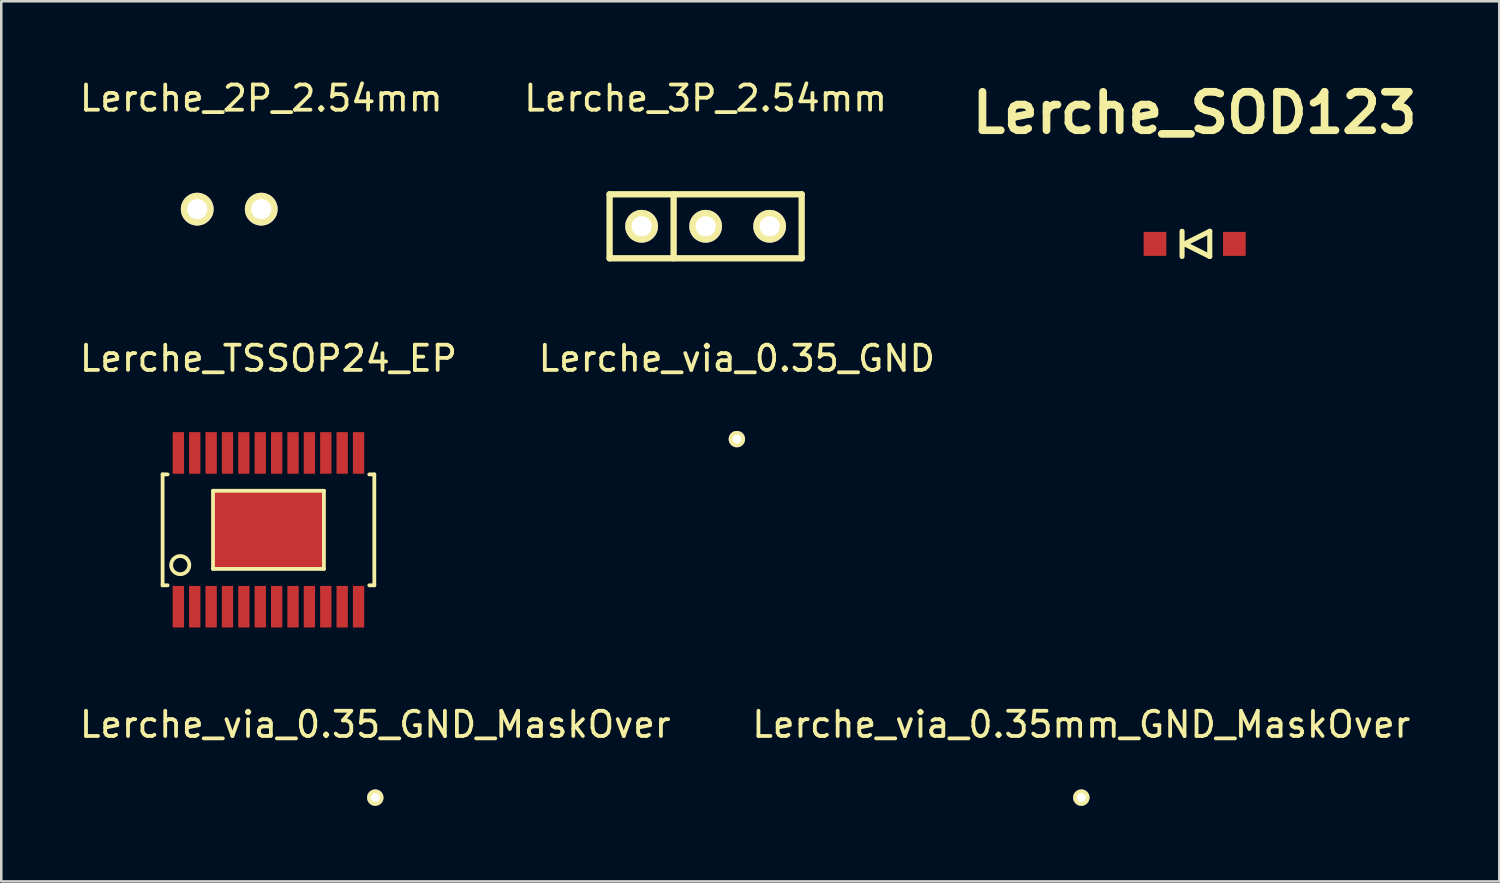
<source format=kicad_pcb>
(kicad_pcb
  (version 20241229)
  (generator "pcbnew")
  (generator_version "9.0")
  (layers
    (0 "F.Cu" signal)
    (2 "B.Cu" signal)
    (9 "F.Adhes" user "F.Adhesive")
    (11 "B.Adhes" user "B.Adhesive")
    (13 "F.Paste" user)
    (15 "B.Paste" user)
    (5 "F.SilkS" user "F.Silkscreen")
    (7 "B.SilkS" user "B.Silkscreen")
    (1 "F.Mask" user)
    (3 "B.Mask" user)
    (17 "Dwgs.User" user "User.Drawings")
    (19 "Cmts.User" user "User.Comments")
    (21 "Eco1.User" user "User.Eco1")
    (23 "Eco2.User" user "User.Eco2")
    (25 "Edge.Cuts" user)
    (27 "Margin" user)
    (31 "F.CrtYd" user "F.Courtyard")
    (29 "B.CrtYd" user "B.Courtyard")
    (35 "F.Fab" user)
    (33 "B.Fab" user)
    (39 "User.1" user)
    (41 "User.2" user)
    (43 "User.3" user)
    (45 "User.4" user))
  (footprint "Lerche_via_0.35_GND"
    (layer "F.Cu")
    (at 26.185 14.371)
    (property "Reference" "Lerche_via_0.35_GND" (at 0 -3.2 0) (layer "F.SilkS") (effects (font (size 1 1) (thickness 0.15))))
    (attr through_hole)
    (pad "" thru_hole circle (at 0 0) (size 0.65 0.65) (drill 0.35) (layers "*.Cu" "*.Mask" "F.SilkS")))
  (footprint "Lerche_2P_2.54mm"
    (layer "F.Cu")
    (at 7.315 5.248)
    (property "Reference" "Lerche_2P_2.54mm" (at 0 -4.4 0) (layer "F.SilkS") (effects (font (size 1 1) (thickness 0.15))))
    (attr through_hole)
    (pad "1" thru_hole circle (at -2.54 0) (size 1.3 1.3) (drill 0.8) (layers "*.Cu" "*.Mask" "F.SilkS"))
    (pad "2" thru_hole circle (at 0 0) (size 1.3 1.3) (drill 0.8) (layers "*.Cu" "*.Mask" "F.SilkS")))
  (footprint "Lerche_3P_2.54mm"
    (layer "F.Cu")
    (at 24.946 5.928)
    (property "Reference" "Lerche_3P_2.54mm" (at 0 -5.08 0) (layer "F.SilkS") (effects (font (size 1 1) (thickness 0.15))))
    (attr through_hole)
    (fp_line (start -3.81 -1.27) (end 3.81 -1.27) (stroke (width 0.25) (type solid)) (layer "F.SilkS"))
    (fp_line (start -3.81 1.27) (end -3.81 -1.27) (stroke (width 0.25) (type solid)) (layer "F.SilkS"))
    (fp_line (start -1.27 -1.27) (end -1.27 1.27) (stroke (width 0.25) (type solid)) (layer "F.SilkS"))
    (fp_line (start 3.81 -1.27) (end 3.81 1.27) (stroke (width 0.25) (type solid)) (layer "F.SilkS"))
    (fp_line (start 3.81 1.27) (end -3.81 1.27) (stroke (width 0.25) (type solid)) (layer "F.SilkS"))
    (pad "1" thru_hole circle (at -2.54 0) (size 1.3 1.3) (drill 0.8) (layers "*.Cu" "*.Mask" "F.SilkS"))
    (pad "2" thru_hole circle (at 0 0) (size 1.3 1.3) (drill 0.8) (layers "*.Cu" "*.Mask" "F.SilkS"))
    (pad "3" thru_hole circle (at 2.54 0) (size 1.3 1.3) (drill 0.8) (layers "*.Cu" "*.Mask" "F.SilkS")))
  (footprint "Lerche_SOD123"
    (layer "F.Cu")
    (at 44.348 6.626)
    (property "Reference" "Lerche_SOD123" (at 0 -5.199 0) (layer "F.SilkS") (effects (font (size 1.524 1.524) (thickness 0.305))))
    (attr through_hole)
    (fp_line (start -0.5 -0.5) (end -0.5 0.5) (stroke (width 0.201) (type solid)) (layer "F.SilkS"))
    (fp_line (start -0.401 0) (end 0.599 -0.5) (stroke (width 0.201) (type solid)) (layer "F.SilkS"))
    (fp_line (start 0.599 -0.5) (end 0.599 0.5) (stroke (width 0.201) (type solid)) (layer "F.SilkS"))
    (fp_line (start 0.599 0.5) (end -0.401 0) (stroke (width 0.201) (type solid)) (layer "F.SilkS"))
    (pad "1" smd rect (at 1.575 0) (size 0.899 0.95) (layers "F.Cu" "F.Mask" "F.Paste"))
    (pad "2" smd rect (at -1.575 0) (size 0.899 0.95) (layers "F.Cu" "F.Mask" "F.Paste")))
  (footprint "Lerche_via_0.35_GND_MaskOver"
    (layer "F.Cu")
    (at 11.839 28.595)
    (property "Reference" "Lerche_via_0.35_GND_MaskOver" (at 0 -2.9 0) (layer "F.SilkS") (effects (font (size 1 1) (thickness 0.15))))
    (attr through_hole)
    (pad "" thru_hole circle (at 0 0) (size 0.65 0.65) (drill 0.35) (layers "*.Cu" "*.Mask" "F.SilkS")))
  (footprint "Lerche_via_0.35mm_GND_MaskOver"
    (layer "F.Cu")
    (at 39.851 28.595)
    (property "Reference" "Lerche_via_0.35mm_GND_MaskOver" (at 0 -2.9 0) (layer "F.SilkS") (effects (font (size 1 1) (thickness 0.15))))
    (attr smd)
    (pad "" thru_hole circle (at 0 0) (size 0.65 0.65) (drill 0.35) (layers "*.Cu" "*.Mask" "F.SilkS")))
  (footprint "Lerche_TSSOP24_EP"
    (layer "F.Cu")
    (at 7.601 17.971)
    (property "Reference" "Lerche_TSSOP24_EP" (at 0 -6.8 0) (layer "F.SilkS") (effects (font (size 1 1) (thickness 0.15))))
    (attr through_hole)
    (fp_line (start -4.2 -2.2) (end -4.2 2.2) (stroke (width 0.15) (type solid)) (layer "F.SilkS"))
    (fp_line (start -4.2 2.2) (end -4 2.2) (stroke (width 0.15) (type solid)) (layer "F.SilkS"))
    (fp_line (start -4 -2.2) (end -4.2 -2.2) (stroke (width 0.15) (type solid)) (layer "F.SilkS"))
    (fp_line (start -2.2 -1.55) (end 2.2 -1.55) (stroke (width 0.15) (type solid)) (layer "F.SilkS"))
    (fp_line (start -2.2 1.55) (end -2.2 -1.55) (stroke (width 0.15) (type solid)) (layer "F.SilkS"))
    (fp_line (start 2.2 -1.55) (end 2.2 1.55) (stroke (width 0.15) (type solid)) (layer "F.SilkS"))
    (fp_line (start 2.2 1.55) (end -2.2 1.55) (stroke (width 0.15) (type solid)) (layer "F.SilkS"))
    (fp_line (start 4.2 -2.2) (end 4 -2.2) (stroke (width 0.15) (type solid)) (layer "F.SilkS"))
    (fp_line (start 4.2 -2.2) (end 4.2 2.2) (stroke (width 0.15) (type solid)) (layer "F.SilkS"))
    (fp_line (start 4.2 2.2) (end 4 2.2) (stroke (width 0.15) (type solid)) (layer "F.SilkS"))
    (fp_circle (center -3.5 1.4) (end -3.2 1.6) (stroke (width 0.15) (type solid)) (fill no) (layer "F.SilkS"))
    (pad "1" smd rect (at -3.575 3.05) (size 0.45 1.65) (layers "F.Cu" "F.Mask" "F.Paste"))
    (pad "2" smd rect (at -2.925 3.05) (size 0.45 1.65) (layers "F.Cu" "F.Mask" "F.Paste"))
    (pad "3" smd rect (at -2.275 3.05) (size 0.45 1.65) (layers "F.Cu" "F.Mask" "F.Paste"))
    (pad "4" smd rect (at -1.625 3.05) (size 0.45 1.65) (layers "F.Cu" "F.Mask" "F.Paste"))
    (pad "5" smd rect (at -0.975 3.05) (size 0.45 1.65) (layers "F.Cu" "F.Mask" "F.Paste"))
    (pad "6" smd rect (at -0.325 3.05) (size 0.45 1.65) (layers "F.Cu" "F.Mask" "F.Paste"))
    (pad "7" smd rect (at 0.325 3.05) (size 0.45 1.65) (layers "F.Cu" "F.Mask" "F.Paste"))
    (pad "8" smd rect (at 0.975 3.05) (size 0.45 1.65) (layers "F.Cu" "F.Mask" "F.Paste"))
    (pad "9" smd rect (at 1.625 3.05) (size 0.45 1.65) (layers "F.Cu" "F.Mask" "F.Paste"))
    (pad "10" smd rect (at 2.275 3.05) (size 0.45 1.65) (layers "F.Cu" "F.Mask" "F.Paste"))
    (pad "11" smd rect (at 2.925 3.05) (size 0.45 1.65) (layers "F.Cu" "F.Mask" "F.Paste"))
    (pad "12" smd rect (at 3.575 3.05) (size 0.45 1.65) (layers "F.Cu" "F.Mask" "F.Paste"))
    (pad "13" smd rect (at 3.575 -3.05) (size 0.45 1.65) (layers "F.Cu" "F.Mask" "F.Paste"))
    (pad "14" smd rect (at 2.925 -3.05) (size 0.45 1.65) (layers "F.Cu" "F.Mask" "F.Paste"))
    (pad "15" smd rect (at 2.275 -3.05) (size 0.45 1.65) (layers "F.Cu" "F.Mask" "F.Paste"))
    (pad "16" smd rect (at 1.625 -3.05) (size 0.45 1.65) (layers "F.Cu" "F.Mask" "F.Paste"))
    (pad "17" smd rect (at 0.975 -3.05) (size 0.45 1.65) (layers "F.Cu" "F.Mask" "F.Paste"))
    (pad "18" smd rect (at 0.325 -3.05) (size 0.45 1.65) (layers "F.Cu" "F.Mask" "F.Paste"))
    (pad "19" smd rect (at -0.325 -3.05) (size 0.45 1.65) (layers "F.Cu" "F.Mask" "F.Paste"))
    (pad "20" smd rect (at -0.975 -3.05) (size 0.45 1.65) (layers "F.Cu" "F.Mask" "F.Paste"))
    (pad "21" smd rect (at -1.625 -3.05) (size 0.45 1.65) (layers "F.Cu" "F.Mask" "F.Paste"))
    (pad "22" smd rect (at -2.275 -3.05) (size 0.45 1.65) (layers "F.Cu" "F.Mask" "F.Paste"))
    (pad "23" smd rect (at -2.925 -3.05) (size 0.45 1.65) (layers "F.Cu" "F.Mask" "F.Paste"))
    (pad "24" smd rect (at -3.575 -3.05) (size 0.45 1.65) (layers "F.Cu" "F.Mask" "F.Paste"))
    (pad "25" smd rect (at 0 0) (size 4.32 3) (layers "F.Cu" "F.Mask" "F.Paste")))
  (gr_rect
    (start -3 -3)
    (end 56.434 31.92)
    (stroke (width 0.1) (type default))
    (fill no)
    (layer "Edge.Cuts")))
</source>
